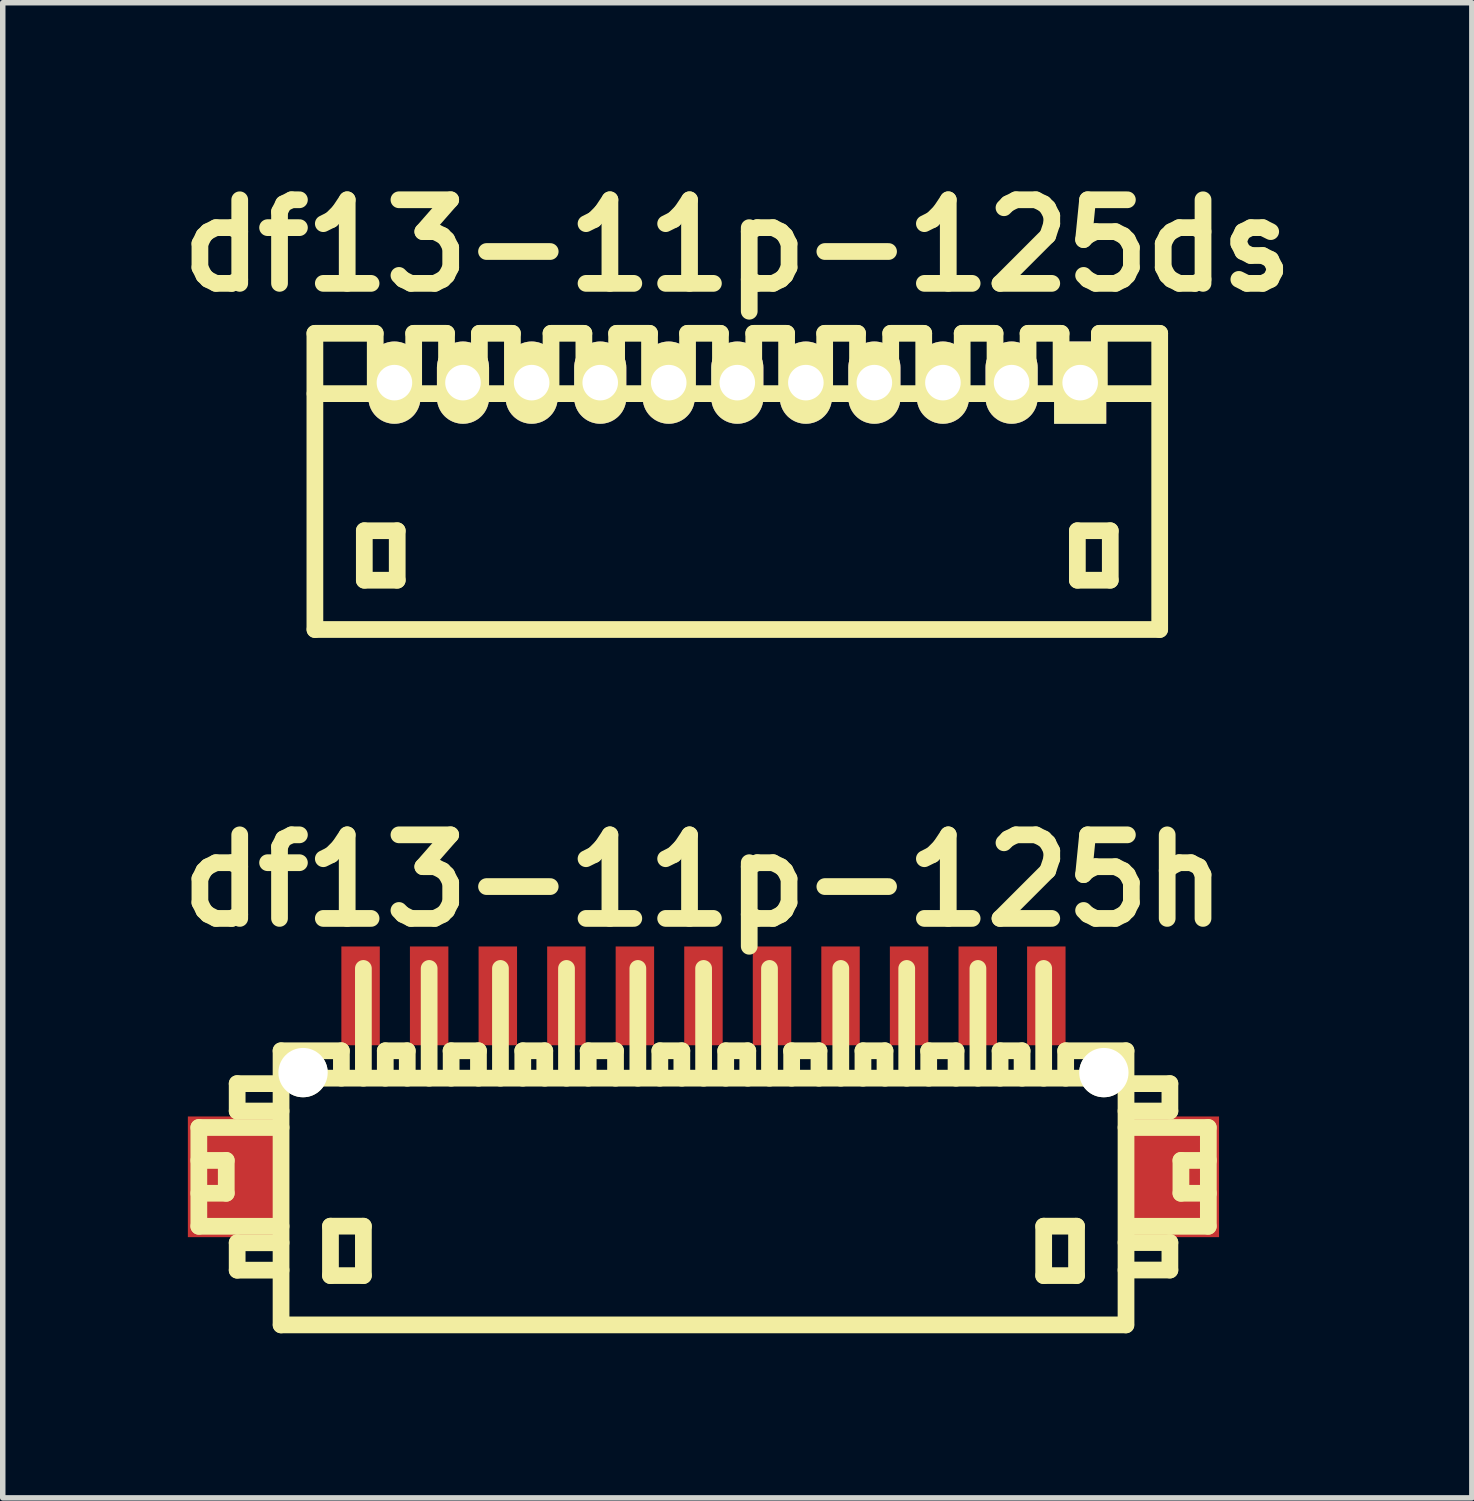
<source format=kicad_pcb>
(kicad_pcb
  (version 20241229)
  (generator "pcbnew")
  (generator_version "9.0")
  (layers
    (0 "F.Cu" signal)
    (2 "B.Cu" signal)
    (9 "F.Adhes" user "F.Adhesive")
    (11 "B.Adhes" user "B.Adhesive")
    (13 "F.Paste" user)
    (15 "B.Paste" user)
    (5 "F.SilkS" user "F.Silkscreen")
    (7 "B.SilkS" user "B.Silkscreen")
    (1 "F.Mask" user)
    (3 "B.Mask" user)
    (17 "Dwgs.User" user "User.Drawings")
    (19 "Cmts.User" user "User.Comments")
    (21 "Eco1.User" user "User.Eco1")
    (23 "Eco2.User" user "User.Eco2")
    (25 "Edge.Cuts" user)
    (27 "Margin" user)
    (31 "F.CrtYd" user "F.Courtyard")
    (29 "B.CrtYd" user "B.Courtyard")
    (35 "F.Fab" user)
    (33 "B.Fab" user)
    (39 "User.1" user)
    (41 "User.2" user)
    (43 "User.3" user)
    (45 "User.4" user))
  (footprint "df13-11p-125h"
    (layer "F.Cu")
    (at 9.775 18.606)
    (property "Reference" "df13-11p-125h" (at 0 -5.601 0) (layer "F.SilkS") (effects (font (size 1.524 1.524) (thickness 0.305))))
    (attr through_hole)
    (fp_line (start -9.2 -1.1) (end -9.2 0.701) (stroke (width 0.305) (type solid)) (layer "F.SilkS"))
    (fp_line (start -9.2 0.701) (end -7.701 0.701) (stroke (width 0.305) (type solid)) (layer "F.SilkS"))
    (fp_line (start -8.7 -0.5) (end -9.2 -0.5) (stroke (width 0.305) (type solid)) (layer "F.SilkS"))
    (fp_line (start -8.7 0.099) (end -9.2 0.099) (stroke (width 0.305) (type solid)) (layer "F.SilkS"))
    (fp_line (start -8.7 0.099) (end -8.7 -0.5) (stroke (width 0.305) (type solid)) (layer "F.SilkS"))
    (fp_line (start -8.501 -1.9) (end -8.501 -1.4) (stroke (width 0.305) (type solid)) (layer "F.SilkS"))
    (fp_line (start -8.501 -1.9) (end -7.701 -1.9) (stroke (width 0.305) (type solid)) (layer "F.SilkS"))
    (fp_line (start -8.501 1.001) (end -8.501 1.501) (stroke (width 0.305) (type solid)) (layer "F.SilkS"))
    (fp_line (start -8.501 1.501) (end -7.701 1.501) (stroke (width 0.305) (type solid)) (layer "F.SilkS"))
    (fp_line (start -7.701 -1.4) (end -8.501 -1.4) (stroke (width 0.305) (type solid)) (layer "F.SilkS"))
    (fp_line (start -7.701 -1.1) (end -9.2 -1.1) (stroke (width 0.305) (type solid)) (layer "F.SilkS"))
    (fp_line (start -7.701 1.001) (end -8.501 1.001) (stroke (width 0.305) (type solid)) (layer "F.SilkS"))
    (fp_line (start -7.701 2.499) (end -7.701 -2.499) (stroke (width 0.305) (type solid)) (layer "F.SilkS"))
    (fp_line (start -7.699 2.499) (end 7.699 2.499) (stroke (width 0.305) (type solid)) (layer "F.SilkS"))
    (fp_line (start -6.8 0.699) (end -6.8 1.6) (stroke (width 0.305) (type solid)) (layer "F.SilkS"))
    (fp_line (start -6.8 1.6) (end -6.2 1.6) (stroke (width 0.305) (type solid)) (layer "F.SilkS"))
    (fp_line (start -6.601 -2.499) (end -7.701 -2.499) (stroke (width 0.305) (type solid)) (layer "F.SilkS"))
    (fp_line (start -6.601 -2.499) (end -6.601 -1.999) (stroke (width 0.305) (type solid)) (layer "F.SilkS"))
    (fp_line (start -6.2 -4) (end -6.2 -1.999) (stroke (width 0.305) (type solid)) (layer "F.SilkS"))
    (fp_line (start -6.2 0.699) (end -6.8 0.699) (stroke (width 0.305) (type solid)) (layer "F.SilkS"))
    (fp_line (start -6.2 1.6) (end -6.2 0.699) (stroke (width 0.305) (type solid)) (layer "F.SilkS"))
    (fp_line (start -5.801 -2.499) (end -5.801 -1.999) (stroke (width 0.305) (type solid)) (layer "F.SilkS"))
    (fp_line (start -5.4 -2.499) (end -5.801 -2.499) (stroke (width 0.305) (type solid)) (layer "F.SilkS"))
    (fp_line (start -5.4 -2.499) (end -5.4 -1.999) (stroke (width 0.305) (type solid)) (layer "F.SilkS"))
    (fp_line (start -5.001 -1.999) (end -5.001 -4) (stroke (width 0.305) (type solid)) (layer "F.SilkS"))
    (fp_line (start -4.602 -2.499) (end -4.102 -2.499) (stroke (width 0.305) (type solid)) (layer "F.SilkS"))
    (fp_line (start -4.6 -1.999) (end -4.6 -2.499) (stroke (width 0.305) (type solid)) (layer "F.SilkS"))
    (fp_line (start -4.102 -2.499) (end -4.102 -1.999) (stroke (width 0.305) (type solid)) (layer "F.SilkS"))
    (fp_line (start -3.701 -1.999) (end -3.701 -4) (stroke (width 0.305) (type solid)) (layer "F.SilkS"))
    (fp_line (start -3.294 -2.499) (end -3.294 -1.999) (stroke (width 0.305) (type solid)) (layer "F.SilkS"))
    (fp_line (start -2.893 -2.499) (end -3.294 -2.499) (stroke (width 0.305) (type solid)) (layer "F.SilkS"))
    (fp_line (start -2.893 -2.499) (end -2.893 -1.999) (stroke (width 0.305) (type solid)) (layer "F.SilkS"))
    (fp_line (start -2.497 -1.999) (end -2.497 -4) (stroke (width 0.305) (type solid)) (layer "F.SilkS"))
    (fp_line (start -2.103 -2.499) (end -1.603 -2.499) (stroke (width 0.305) (type solid)) (layer "F.SilkS"))
    (fp_line (start -2.101 -1.999) (end -2.101 -2.499) (stroke (width 0.305) (type solid)) (layer "F.SilkS"))
    (fp_line (start -1.603 -2.499) (end -1.603 -1.999) (stroke (width 0.305) (type solid)) (layer "F.SilkS"))
    (fp_line (start -1.196 -1.999) (end -1.196 -4) (stroke (width 0.305) (type solid)) (layer "F.SilkS"))
    (fp_line (start -0.795 -2.499) (end -0.795 -1.999) (stroke (width 0.305) (type solid)) (layer "F.SilkS"))
    (fp_line (start -0.394 -2.499) (end -0.795 -2.499) (stroke (width 0.305) (type solid)) (layer "F.SilkS"))
    (fp_line (start -0.394 -2.499) (end -0.394 -1.999) (stroke (width 0.305) (type solid)) (layer "F.SilkS"))
    (fp_line (start 0.003 -1.999) (end 0.003 -4) (stroke (width 0.305) (type solid)) (layer "F.SilkS"))
    (fp_line (start 0.406 -2.499) (end 0.406 -1.999) (stroke (width 0.305) (type solid)) (layer "F.SilkS"))
    (fp_line (start 0.808 -2.499) (end 0.406 -2.499) (stroke (width 0.305) (type solid)) (layer "F.SilkS"))
    (fp_line (start 0.808 -2.499) (end 0.808 -1.999) (stroke (width 0.305) (type solid)) (layer "F.SilkS"))
    (fp_line (start 1.204 -1.999) (end 1.204 -4) (stroke (width 0.305) (type solid)) (layer "F.SilkS"))
    (fp_line (start 1.605 -2.499) (end 2.106 -2.499) (stroke (width 0.305) (type solid)) (layer "F.SilkS"))
    (fp_line (start 1.608 -1.999) (end 1.608 -2.499) (stroke (width 0.305) (type solid)) (layer "F.SilkS"))
    (fp_line (start 2.106 -2.499) (end 2.106 -1.999) (stroke (width 0.305) (type solid)) (layer "F.SilkS"))
    (fp_line (start 2.504 -1.999) (end 2.504 -4) (stroke (width 0.305) (type solid)) (layer "F.SilkS"))
    (fp_line (start 2.908 -2.499) (end 2.908 -1.999) (stroke (width 0.305) (type solid)) (layer "F.SilkS"))
    (fp_line (start 3.31 -2.499) (end 2.908 -2.499) (stroke (width 0.305) (type solid)) (layer "F.SilkS"))
    (fp_line (start 3.31 -2.499) (end 3.31 -1.999) (stroke (width 0.305) (type solid)) (layer "F.SilkS"))
    (fp_line (start 3.706 -1.999) (end 3.706 -4) (stroke (width 0.305) (type solid)) (layer "F.SilkS"))
    (fp_line (start 4.105 -2.499) (end 4.605 -2.499) (stroke (width 0.305) (type solid)) (layer "F.SilkS"))
    (fp_line (start 4.107 -1.999) (end 4.107 -2.499) (stroke (width 0.305) (type solid)) (layer "F.SilkS"))
    (fp_line (start 4.605 -2.499) (end 4.605 -1.999) (stroke (width 0.305) (type solid)) (layer "F.SilkS"))
    (fp_line (start 5.004 -1.999) (end 5.004 -4) (stroke (width 0.305) (type solid)) (layer "F.SilkS"))
    (fp_line (start 5.408 -2.499) (end 5.408 -1.999) (stroke (width 0.305) (type solid)) (layer "F.SilkS"))
    (fp_line (start 5.809 -2.499) (end 5.408 -2.499) (stroke (width 0.305) (type solid)) (layer "F.SilkS"))
    (fp_line (start 5.809 -2.499) (end 5.809 -1.999) (stroke (width 0.305) (type solid)) (layer "F.SilkS"))
    (fp_line (start 6.203 -1.999) (end 6.203 -4) (stroke (width 0.305) (type solid)) (layer "F.SilkS"))
    (fp_line (start 6.203 0.699) (end 6.802 0.699) (stroke (width 0.305) (type solid)) (layer "F.SilkS"))
    (fp_line (start 6.203 1.6) (end 6.203 0.699) (stroke (width 0.305) (type solid)) (layer "F.SilkS"))
    (fp_line (start 6.604 -2.499) (end 6.604 -1.999) (stroke (width 0.305) (type solid)) (layer "F.SilkS"))
    (fp_line (start 6.802 0.699) (end 6.802 1.6) (stroke (width 0.305) (type solid)) (layer "F.SilkS"))
    (fp_line (start 6.802 1.6) (end 6.203 1.6) (stroke (width 0.305) (type solid)) (layer "F.SilkS"))
    (fp_line (start 7.699 -1.999) (end -7.699 -1.999) (stroke (width 0.305) (type solid)) (layer "F.SilkS"))
    (fp_line (start 7.704 -2.499) (end 6.604 -2.499) (stroke (width 0.305) (type solid)) (layer "F.SilkS"))
    (fp_line (start 7.704 -2.499) (end 7.704 2.499) (stroke (width 0.305) (type solid)) (layer "F.SilkS"))
    (fp_line (start 7.704 -1.9) (end 8.504 -1.9) (stroke (width 0.305) (type solid)) (layer "F.SilkS"))
    (fp_line (start 7.704 0.998) (end 8.504 0.998) (stroke (width 0.305) (type solid)) (layer "F.SilkS"))
    (fp_line (start 8.504 -1.9) (end 8.504 -1.4) (stroke (width 0.305) (type solid)) (layer "F.SilkS"))
    (fp_line (start 8.504 -1.4) (end 7.704 -1.4) (stroke (width 0.305) (type solid)) (layer "F.SilkS"))
    (fp_line (start 8.504 0.998) (end 8.504 1.499) (stroke (width 0.305) (type solid)) (layer "F.SilkS"))
    (fp_line (start 8.504 1.499) (end 7.704 1.499) (stroke (width 0.305) (type solid)) (layer "F.SilkS"))
    (fp_line (start 8.705 0.099) (end 8.705 -0.5) (stroke (width 0.305) (type solid)) (layer "F.SilkS"))
    (fp_line (start 9.202 -1.1) (end 7.704 -1.1) (stroke (width 0.305) (type solid)) (layer "F.SilkS"))
    (fp_line (start 9.202 0.701) (end 7.803 0.701) (stroke (width 0.305) (type solid)) (layer "F.SilkS"))
    (fp_line (start 9.205 -1.1) (end 9.205 0.701) (stroke (width 0.305) (type solid)) (layer "F.SilkS"))
    (fp_line (start 9.205 -0.5) (end 8.705 -0.5) (stroke (width 0.305) (type solid)) (layer "F.SilkS"))
    (fp_line (start 9.205 0.099) (end 8.705 0.099) (stroke (width 0.305) (type solid)) (layer "F.SilkS"))
    (pad "" smd rect (at -8.6 -0.201) (size 1.6 2.2) (layers "F.Cu" "F.Mask" "F.Paste"))
    (pad "" np_thru_hole circle (at -7.3 -2.101) (size 0.899 0.899) (drill 0.899) (layers "*.Cu" "*.Mask" "F.SilkS"))
    (pad "" np_thru_hole circle (at 7.3 -2.101) (size 0.899 0.899) (drill 0.899) (layers "*.Cu" "*.Mask" "F.SilkS"))
    (pad "" smd rect (at 8.6 -0.201) (size 1.6 2.2) (layers "F.Cu" "F.Mask" "F.Paste"))
    (pad "1" smd rect (at 6.251 -3.5) (size 0.701 1.801) (layers "F.Cu" "F.Mask" "F.Paste"))
    (pad "2" smd rect (at 5.001 -3.5) (size 0.701 1.801) (layers "F.Cu" "F.Mask" "F.Paste"))
    (pad "3" smd rect (at 3.749 -3.5) (size 0.701 1.801) (layers "F.Cu" "F.Mask" "F.Paste"))
    (pad "4" smd rect (at 2.499 -3.5) (size 0.701 1.801) (layers "F.Cu" "F.Mask" "F.Paste"))
    (pad "5" smd rect (at 1.25 -3.5) (size 0.701 1.801) (layers "F.Cu" "F.Mask" "F.Paste"))
    (pad "6" smd rect (at 0 -3.5) (size 0.701 1.801) (layers "F.Cu" "F.Mask" "F.Paste"))
    (pad "7" smd rect (at -1.25 -3.5) (size 0.701 1.801) (layers "F.Cu" "F.Mask" "F.Paste"))
    (pad "8" smd rect (at -2.499 -3.5) (size 0.701 1.801) (layers "F.Cu" "F.Mask" "F.Paste"))
    (pad "9" smd rect (at -3.749 -3.5) (size 0.701 1.801) (layers "F.Cu" "F.Mask" "F.Paste"))
    (pad "10" smd rect (at -5.001 -3.5) (size 0.701 1.801) (layers "F.Cu" "F.Mask" "F.Paste"))
    (pad "11" smd rect (at -6.251 -3.5) (size 0.701 1.801) (layers "F.Cu" "F.Mask" "F.Paste")))
  (footprint "df13-11p-125ds"
    (layer "F.Cu")
    (at 10.392 5.727)
    (property "Reference" "df13-11p-125ds" (at 0 -4.3 0) (layer "F.SilkS") (effects (font (size 1.524 1.524) (thickness 0.305))))
    (attr through_hole)
    (fp_line (start -7.701 2.7) (end -7.701 -2.7) (stroke (width 0.305) (type solid)) (layer "F.SilkS"))
    (fp_line (start -7.699 -1.6) (end 7.699 -1.6) (stroke (width 0.305) (type solid)) (layer "F.SilkS"))
    (fp_line (start -6.8 0.899) (end -6.8 1.801) (stroke (width 0.305) (type solid)) (layer "F.SilkS"))
    (fp_line (start -6.8 1.801) (end -6.2 1.801) (stroke (width 0.305) (type solid)) (layer "F.SilkS"))
    (fp_line (start -6.601 -2.7) (end -7.701 -2.7) (stroke (width 0.305) (type solid)) (layer "F.SilkS"))
    (fp_line (start -6.601 -1.6) (end -6.601 -2.7) (stroke (width 0.305) (type solid)) (layer "F.SilkS"))
    (fp_line (start -6.2 0.899) (end -6.8 0.899) (stroke (width 0.305) (type solid)) (layer "F.SilkS"))
    (fp_line (start -6.2 1.801) (end -6.2 0.899) (stroke (width 0.305) (type solid)) (layer "F.SilkS"))
    (fp_line (start -5.9 -2.7) (end -5.9 -1.6) (stroke (width 0.305) (type solid)) (layer "F.SilkS"))
    (fp_line (start -5.301 -2.7) (end -5.9 -2.7) (stroke (width 0.305) (type solid)) (layer "F.SilkS"))
    (fp_line (start -5.301 -1.6) (end -5.301 -2.7) (stroke (width 0.305) (type solid)) (layer "F.SilkS"))
    (fp_line (start -4.702 -2.7) (end -4.702 -1.6) (stroke (width 0.305) (type solid)) (layer "F.SilkS"))
    (fp_line (start -4.1 -2.7) (end -4.702 -2.7) (stroke (width 0.305) (type solid)) (layer "F.SilkS"))
    (fp_line (start -4.1 -2.7) (end -4.1 -1.6) (stroke (width 0.305) (type solid)) (layer "F.SilkS"))
    (fp_line (start -3.396 -2.7) (end -3.396 -1.6) (stroke (width 0.305) (type solid)) (layer "F.SilkS"))
    (fp_line (start -2.797 -2.7) (end -3.396 -2.7) (stroke (width 0.305) (type solid)) (layer "F.SilkS"))
    (fp_line (start -2.797 -2.7) (end -2.797 -1.6) (stroke (width 0.305) (type solid)) (layer "F.SilkS"))
    (fp_line (start -2.2 -2.7) (end -2.2 -1.6) (stroke (width 0.305) (type solid)) (layer "F.SilkS"))
    (fp_line (start -1.6 -2.7) (end -2.2 -2.7) (stroke (width 0.305) (type solid)) (layer "F.SilkS"))
    (fp_line (start -1.6 -1.6) (end -1.6 -2.7) (stroke (width 0.305) (type solid)) (layer "F.SilkS"))
    (fp_line (start -0.907 -1.6) (end -0.907 -2.7) (stroke (width 0.305) (type solid)) (layer "F.SilkS"))
    (fp_line (start -0.307 -2.7) (end -0.907 -2.7) (stroke (width 0.305) (type solid)) (layer "F.SilkS"))
    (fp_line (start -0.307 -1.6) (end -0.307 -2.7) (stroke (width 0.305) (type solid)) (layer "F.SilkS"))
    (fp_line (start 0.3 -2.7) (end 0.899 -2.7) (stroke (width 0.305) (type solid)) (layer "F.SilkS"))
    (fp_line (start 0.3 -1.6) (end 0.3 -2.7) (stroke (width 0.305) (type solid)) (layer "F.SilkS"))
    (fp_line (start 0.899 -2.7) (end 0.899 -1.6) (stroke (width 0.305) (type solid)) (layer "F.SilkS"))
    (fp_line (start 1.593 -2.7) (end 2.192 -2.7) (stroke (width 0.305) (type solid)) (layer "F.SilkS"))
    (fp_line (start 1.593 -1.6) (end 1.593 -2.7) (stroke (width 0.305) (type solid)) (layer "F.SilkS"))
    (fp_line (start 2.192 -2.7) (end 2.192 -1.6) (stroke (width 0.305) (type solid)) (layer "F.SilkS"))
    (fp_line (start 2.797 -2.7) (end 3.399 -2.7) (stroke (width 0.305) (type solid)) (layer "F.SilkS"))
    (fp_line (start 2.797 -1.6) (end 2.797 -2.7) (stroke (width 0.305) (type solid)) (layer "F.SilkS"))
    (fp_line (start 3.399 -2.7) (end 3.399 -1.6) (stroke (width 0.305) (type solid)) (layer "F.SilkS"))
    (fp_line (start 4.1 -2.7) (end 4.699 -2.7) (stroke (width 0.305) (type solid)) (layer "F.SilkS"))
    (fp_line (start 4.1 -1.6) (end 4.1 -2.7) (stroke (width 0.305) (type solid)) (layer "F.SilkS"))
    (fp_line (start 4.699 -2.7) (end 4.699 -1.6) (stroke (width 0.305) (type solid)) (layer "F.SilkS"))
    (fp_line (start 5.301 -2.7) (end 5.903 -2.7) (stroke (width 0.305) (type solid)) (layer "F.SilkS"))
    (fp_line (start 5.301 -1.6) (end 5.301 -2.7) (stroke (width 0.305) (type solid)) (layer "F.SilkS"))
    (fp_line (start 5.903 -2.7) (end 5.903 -1.6) (stroke (width 0.305) (type solid)) (layer "F.SilkS"))
    (fp_line (start 6.2 0.899) (end 6.8 0.899) (stroke (width 0.305) (type solid)) (layer "F.SilkS"))
    (fp_line (start 6.2 1.801) (end 6.2 0.899) (stroke (width 0.305) (type solid)) (layer "F.SilkS"))
    (fp_line (start 6.601 -1.6) (end 6.601 -2.7) (stroke (width 0.305) (type solid)) (layer "F.SilkS"))
    (fp_line (start 6.8 0.899) (end 6.8 1.801) (stroke (width 0.305) (type solid)) (layer "F.SilkS"))
    (fp_line (start 6.8 1.801) (end 6.2 1.801) (stroke (width 0.305) (type solid)) (layer "F.SilkS"))
    (fp_line (start 7.699 2.7) (end -7.699 2.7) (stroke (width 0.305) (type solid)) (layer "F.SilkS"))
    (fp_line (start 7.701 -2.7) (end 6.601 -2.7) (stroke (width 0.305) (type solid)) (layer "F.SilkS"))
    (fp_line (start 7.701 2.7) (end 7.701 -2.7) (stroke (width 0.305) (type solid)) (layer "F.SilkS"))
    (pad "1" thru_hole rect (at 6.251 -1.801) (size 0.95 1.499) (drill 0.648) (layers "*.Cu" "*.Mask" "F.SilkS"))
    (pad "2" thru_hole oval (at 5.001 -1.801) (size 0.95 1.499) (drill 0.648) (layers "*.Cu" "*.Mask" "F.SilkS"))
    (pad "3" thru_hole oval (at 3.749 -1.801) (size 0.95 1.499) (drill 0.648) (layers "*.Cu" "*.Mask" "F.SilkS"))
    (pad "4" thru_hole oval (at 2.499 -1.801) (size 0.95 1.499) (drill 0.648) (layers "*.Cu" "*.Mask" "F.SilkS"))
    (pad "5" thru_hole oval (at 1.25 -1.801) (size 0.95 1.499) (drill 0.648) (layers "*.Cu" "*.Mask" "F.SilkS"))
    (pad "6" thru_hole oval (at 0 -1.801) (size 0.95 1.499) (drill 0.648) (layers "*.Cu" "*.Mask" "F.SilkS"))
    (pad "7" thru_hole oval (at -1.25 -1.801) (size 0.95 1.499) (drill 0.648) (layers "*.Cu" "*.Mask" "F.SilkS"))
    (pad "8" thru_hole oval (at -2.499 -1.801) (size 0.95 1.499) (drill 0.648) (layers "*.Cu" "*.Mask" "F.SilkS"))
    (pad "9" thru_hole oval (at -3.749 -1.801) (size 0.95 1.499) (drill 0.648) (layers "*.Cu" "*.Mask" "F.SilkS"))
    (pad "10" thru_hole oval (at -5.001 -1.801) (size 0.95 1.499) (drill 0.648) (layers "*.Cu" "*.Mask" "F.SilkS"))
    (pad "11" thru_hole oval (at -6.251 -1.801) (size 0.95 1.499) (drill 0.648) (layers "*.Cu" "*.Mask" "F.SilkS")))
  (gr_rect
    (start -3 -3)
    (end 23.784 24.258)
    (stroke (width 0.1) (type default))
    (fill no)
    (layer "Edge.Cuts")))
</source>
